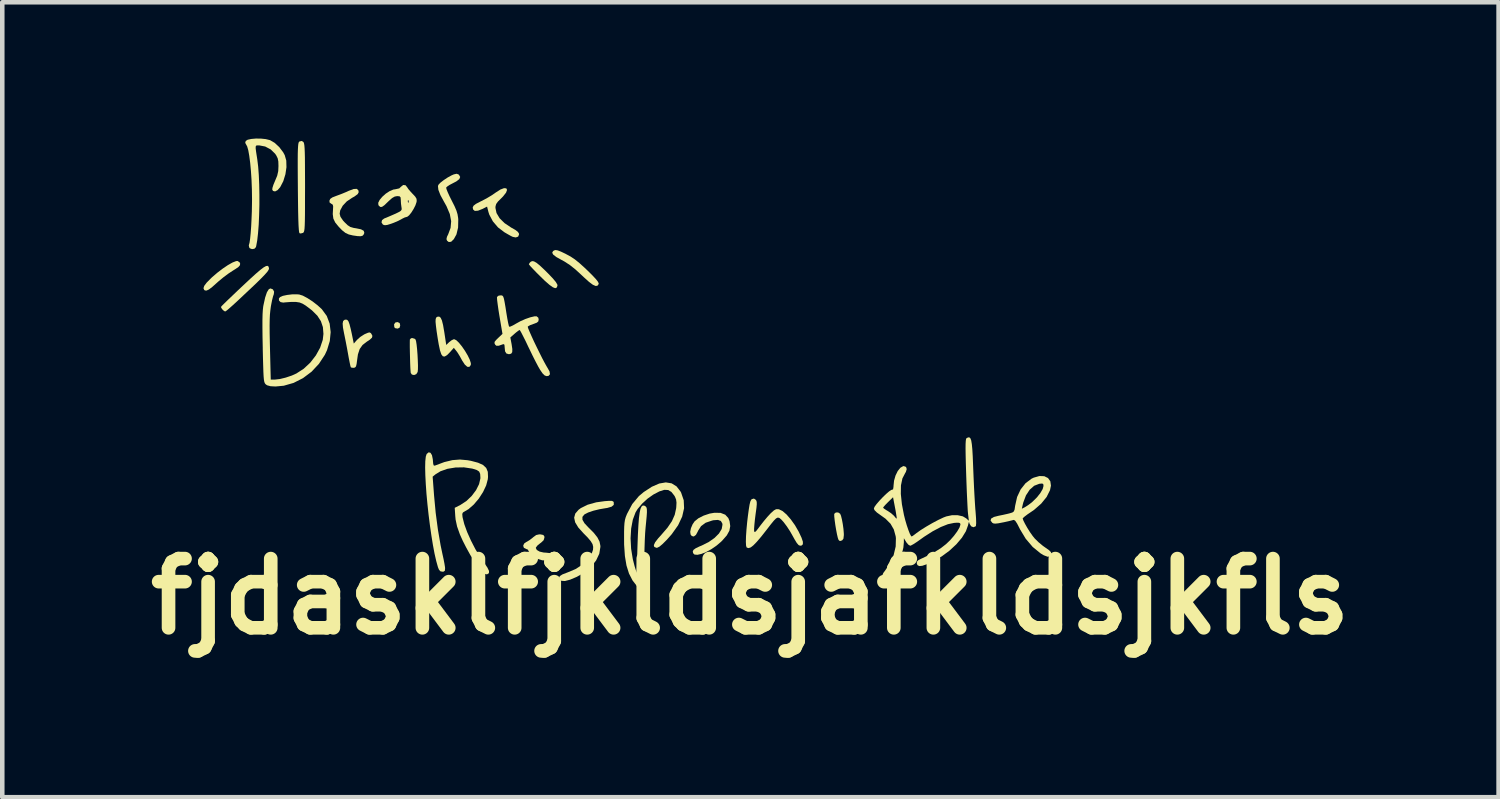
<source format=kicad_pcb>
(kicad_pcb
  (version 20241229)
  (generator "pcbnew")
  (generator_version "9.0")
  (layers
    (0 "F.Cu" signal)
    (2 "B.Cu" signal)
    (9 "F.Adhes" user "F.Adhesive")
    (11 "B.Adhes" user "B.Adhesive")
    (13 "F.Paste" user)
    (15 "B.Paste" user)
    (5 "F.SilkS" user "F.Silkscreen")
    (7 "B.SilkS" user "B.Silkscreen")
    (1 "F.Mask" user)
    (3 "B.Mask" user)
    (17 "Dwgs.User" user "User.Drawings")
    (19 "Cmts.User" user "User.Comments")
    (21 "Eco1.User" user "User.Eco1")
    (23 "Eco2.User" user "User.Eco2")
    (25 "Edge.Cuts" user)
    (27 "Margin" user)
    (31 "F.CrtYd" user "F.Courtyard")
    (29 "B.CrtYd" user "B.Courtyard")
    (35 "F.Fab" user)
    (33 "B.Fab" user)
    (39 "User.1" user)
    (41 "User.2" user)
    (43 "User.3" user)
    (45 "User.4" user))
  (footprint "fjdasklfjkldsjafkldsjkfls"
    (layer "F.Cu")
    (at 13.469 10.081)
    (property "Reference" "fjdasklfjkldsjafkldsjkfls" (at 0 0 0) (layer "F.SilkS") (effects (font (size 1.524 1.524) (thickness 0.3))))
    (attr board_only exclude_from_pos_files exclude_from_bom)
    (fp_poly (pts (xy -7.721 -6.019) (xy -7.709 -5.969) (xy -7.723 -5.917) (xy -7.766 -5.897) (xy -7.82 -5.907) (xy -7.839 -5.929) (xy -7.844 -5.992) (xy -7.814 -6.033) (xy -7.766 -6.041)) (stroke (width 0) (type solid)) (fill yes) (layer "F.SilkS"))
    (fp_poly (pts (xy -4.764 -7.377) (xy -4.709 -7.346) (xy -4.636 -7.287) (xy -4.538 -7.195) (xy -4.456 -7.114) (xy -4.35 -7.003) (xy -4.282 -6.921) (xy -4.25 -6.866) (xy -4.247 -6.845) (xy -4.263 -6.801) (xy -4.296 -6.787) (xy -4.348 -6.807) (xy -4.424 -6.861) (xy -4.527 -6.951) (xy -4.616 -7.038) (xy -4.709 -7.13) (xy -4.787 -7.211) (xy -4.845 -7.273) (xy -4.874 -7.309) (xy -4.877 -7.314) (xy -4.859 -7.345) (xy -4.838 -7.367) (xy -4.805 -7.383)) (stroke (width 0) (type solid)) (fill yes) (layer "F.SilkS"))
    (fp_poly (pts (xy 1.975 -1.822) (xy 1.994 -1.778) (xy 2.014 -1.698) (xy 2.033 -1.597) (xy 2.048 -1.49) (xy 2.056 -1.391) (xy 2.057 -1.353) (xy 2.048 -1.273) (xy 2.019 -1.235) (xy 2.017 -1.235) (xy 1.974 -1.221) (xy 1.952 -1.232) (xy 1.938 -1.251) (xy 1.924 -1.292) (xy 1.906 -1.369) (xy 1.887 -1.468) (xy 1.869 -1.575) (xy 1.855 -1.677) (xy 1.846 -1.761) (xy 1.845 -1.813) (xy 1.846 -1.82) (xy 1.88 -1.849) (xy 1.932 -1.85)) (stroke (width 0) (type solid)) (fill yes) (layer "F.SilkS"))
    (fp_poly (pts (xy -11.245 -7.357) (xy -11.232 -7.326) (xy -11.238 -7.291) (xy -11.27 -7.254) (xy -11.337 -7.208) (xy -11.39 -7.175) (xy -11.486 -7.112) (xy -11.599 -7.028) (xy -11.708 -6.938) (xy -11.745 -6.905) (xy -11.846 -6.815) (xy -11.919 -6.759) (xy -11.971 -6.735) (xy -12.007 -6.737) (xy -12.023 -6.748) (xy -12.04 -6.786) (xy -12.023 -6.838) (xy -11.97 -6.909) (xy -11.878 -7.002) (xy -11.85 -7.029) (xy -11.732 -7.13) (xy -11.612 -7.221) (xy -11.498 -7.298) (xy -11.399 -7.353) (xy -11.322 -7.383) (xy -11.29 -7.386)) (stroke (width 0) (type solid)) (fill yes) (layer "F.SilkS"))
    (fp_poly (pts (xy -7.391 -5.674) (xy -7.372 -5.658) (xy -7.36 -5.62) (xy -7.348 -5.544) (xy -7.337 -5.44) (xy -7.328 -5.322) (xy -7.322 -5.202) (xy -7.318 -5.09) (xy -7.319 -5) (xy -7.325 -4.943) (xy -7.325 -4.942) (xy -7.356 -4.894) (xy -7.404 -4.875) (xy -7.452 -4.886) (xy -7.477 -4.921) (xy -7.481 -4.959) (xy -7.486 -5.036) (xy -7.49 -5.139) (xy -7.493 -5.258) (xy -7.496 -5.381) (xy -7.498 -5.494) (xy -7.498 -5.588) (xy -7.497 -5.649) (xy -7.496 -5.658) (xy -7.472 -5.684) (xy -7.445 -5.69)) (stroke (width 0) (type solid)) (fill yes) (layer "F.SilkS"))
    (fp_poly (pts (xy -4.241 -7.619) (xy -4.171 -7.592) (xy -4.066 -7.542) (xy -4.063 -7.54) (xy -3.959 -7.484) (xy -3.863 -7.42) (xy -3.764 -7.34) (xy -3.648 -7.235) (xy -3.589 -7.179) (xy -3.479 -7.07) (xy -3.404 -6.99) (xy -3.359 -6.933) (xy -3.34 -6.895) (xy -3.341 -6.877) (xy -3.367 -6.841) (xy -3.408 -6.836) (xy -3.469 -6.863) (xy -3.552 -6.925) (xy -3.662 -7.024) (xy -3.709 -7.068) (xy -3.85 -7.198) (xy -3.973 -7.296) (xy -4.093 -7.374) (xy -4.154 -7.407) (xy -4.269 -7.471) (xy -4.339 -7.524) (xy -4.363 -7.567) (xy -4.345 -7.602) (xy -4.322 -7.618) (xy -4.288 -7.627)) (stroke (width 0) (type solid)) (fill yes) (layer "F.SilkS"))
    (fp_poly (pts (xy -10.608 -7.263) (xy -10.598 -7.228) (xy -10.597 -7.223) (xy -10.604 -7.195) (xy -10.632 -7.151) (xy -10.687 -7.088) (xy -10.77 -7.002) (xy -10.886 -6.888) (xy -10.978 -6.801) (xy -11.149 -6.64) (xy -11.286 -6.511) (xy -11.393 -6.413) (xy -11.472 -6.343) (xy -11.525 -6.298) (xy -11.556 -6.277) (xy -11.565 -6.274) (xy -11.592 -6.29) (xy -11.62 -6.315) (xy -11.649 -6.355) (xy -11.653 -6.376) (xy -11.634 -6.399) (xy -11.582 -6.451) (xy -11.503 -6.528) (xy -11.401 -6.625) (xy -11.283 -6.738) (xy -11.169 -6.845) (xy -11.011 -6.993) (xy -10.885 -7.107) (xy -10.788 -7.19) (xy -10.715 -7.245) (xy -10.663 -7.274) (xy -10.629 -7.279)) (stroke (width 0) (type solid)) (fill yes) (layer "F.SilkS"))
    (fp_poly (pts (xy -4.62 -1.367) (xy -4.56 -1.355) (xy -4.537 -1.327) (xy -4.534 -1.296) (xy -4.552 -1.239) (xy -4.61 -1.184) (xy -4.629 -1.171) (xy -4.687 -1.124) (xy -4.721 -1.08) (xy -4.724 -1.067) (xy -4.701 -1.023) (xy -4.639 -0.988) (xy -4.551 -0.968) (xy -4.501 -0.965) (xy -4.408 -0.955) (xy -4.359 -0.925) (xy -4.346 -0.872) (xy -4.348 -0.861) (xy -4.359 -0.824) (xy -4.388 -0.805) (xy -4.449 -0.796) (xy -4.483 -0.794) (xy -4.582 -0.797) (xy -4.672 -0.825) (xy -4.737 -0.857) (xy -4.827 -0.917) (xy -4.869 -0.972) (xy -4.872 -0.983) (xy -4.901 -1.033) (xy -4.936 -1.046) (xy -4.986 -1.071) (xy -5.002 -1.117) (xy -4.981 -1.166) (xy -4.936 -1.198) (xy -4.87 -1.236) (xy -4.798 -1.29) (xy -4.785 -1.302) (xy -4.716 -1.353) (xy -4.649 -1.368)) (stroke (width 0) (type solid)) (fill yes) (layer "F.SilkS"))
    (fp_poly (pts (xy -8.872 -6.087) (xy -8.847 -6.054) (xy -8.824 -5.99) (xy -8.798 -5.888) (xy -8.776 -5.788) (xy -8.731 -5.568) (xy -8.659 -5.65) (xy -8.588 -5.714) (xy -8.501 -5.77) (xy -8.482 -5.779) (xy -8.416 -5.807) (xy -8.38 -5.813) (xy -8.356 -5.798) (xy -8.343 -5.781) (xy -8.321 -5.737) (xy -8.331 -5.697) (xy -8.378 -5.653) (xy -8.445 -5.609) (xy -8.538 -5.537) (xy -8.601 -5.448) (xy -8.64 -5.329) (xy -8.657 -5.21) (xy -8.669 -5.119) (xy -8.682 -5.066) (xy -8.703 -5.042) (xy -8.729 -5.034) (xy -8.778 -5.037) (xy -8.797 -5.048) (xy -8.807 -5.081) (xy -8.822 -5.152) (xy -8.841 -5.249) (xy -8.852 -5.31) (xy -8.878 -5.454) (xy -8.909 -5.616) (xy -8.939 -5.764) (xy -8.944 -5.787) (xy -8.969 -5.919) (xy -8.976 -6.009) (xy -8.965 -6.065) (xy -8.934 -6.091) (xy -8.9 -6.096)) (stroke (width 0) (type solid)) (fill yes) (layer "F.SilkS"))
    (fp_poly (pts (xy -6.426 -9.291) (xy -6.415 -9.282) (xy -6.389 -9.235) (xy -6.408 -9.188) (xy -6.473 -9.138) (xy -6.546 -9.1) (xy -6.622 -9.06) (xy -6.677 -9.023) (xy -6.697 -9.003) (xy -6.691 -8.969) (xy -6.664 -8.901) (xy -6.622 -8.809) (xy -6.575 -8.715) (xy -6.512 -8.59) (xy -6.471 -8.494) (xy -6.447 -8.414) (xy -6.434 -8.334) (xy -6.431 -8.299) (xy -6.435 -8.121) (xy -6.471 -7.971) (xy -6.53 -7.865) (xy -6.588 -7.809) (xy -6.64 -7.803) (xy -6.678 -7.833) (xy -6.691 -7.868) (xy -6.679 -7.92) (xy -6.653 -7.973) (xy -6.6 -8.115) (xy -6.587 -8.262) (xy -6.617 -8.419) (xy -6.69 -8.592) (xy -6.743 -8.687) (xy -6.824 -8.836) (xy -6.869 -8.952) (xy -6.878 -9.034) (xy -6.868 -9.063) (xy -6.826 -9.108) (xy -6.754 -9.164) (xy -6.667 -9.222) (xy -6.582 -9.269) (xy -6.53 -9.292) (xy -6.467 -9.306)) (stroke (width 0) (type solid)) (fill yes) (layer "F.SilkS"))
    (fp_poly (pts (xy -9.845 -10.009) (xy -9.834 -9.996) (xy -9.826 -9.972) (xy -9.819 -9.931) (xy -9.814 -9.871) (xy -9.81 -9.784) (xy -9.807 -9.668) (xy -9.806 -9.517) (xy -9.805 -9.326) (xy -9.804 -9.091) (xy -9.804 -9.002) (xy -9.805 -8.753) (xy -9.805 -8.551) (xy -9.806 -8.389) (xy -9.808 -8.264) (xy -9.811 -8.17) (xy -9.815 -8.103) (xy -9.821 -8.057) (xy -9.829 -8.029) (xy -9.838 -8.013) (xy -9.85 -8.004) (xy -9.85 -8.004) (xy -9.901 -7.991) (xy -9.925 -7.997) (xy -9.934 -8.019) (xy -9.941 -8.076) (xy -9.947 -8.169) (xy -9.952 -8.303) (xy -9.956 -8.479) (xy -9.959 -8.701) (xy -9.962 -8.97) (xy -9.962 -9.002) (xy -9.964 -9.254) (xy -9.965 -9.459) (xy -9.965 -9.623) (xy -9.964 -9.751) (xy -9.961 -9.847) (xy -9.957 -9.916) (xy -9.952 -9.962) (xy -9.945 -9.992) (xy -9.936 -10.009) (xy -9.927 -10.016) (xy -9.877 -10.028)) (stroke (width 0) (type solid)) (fill yes) (layer "F.SilkS"))
    (fp_poly (pts (xy -6.819 -6.137) (xy -6.791 -6.077) (xy -6.766 -5.978) (xy -6.741 -5.833) (xy -6.739 -5.822) (xy -6.696 -5.537) (xy -6.63 -5.601) (xy -6.574 -5.643) (xy -6.527 -5.664) (xy -6.522 -5.664) (xy -6.476 -5.643) (xy -6.416 -5.586) (xy -6.349 -5.503) (xy -6.283 -5.407) (xy -6.223 -5.306) (xy -6.178 -5.213) (xy -6.154 -5.137) (xy -6.155 -5.096) (xy -6.188 -5.054) (xy -6.233 -5.057) (xy -6.286 -5.104) (xy -6.343 -5.19) (xy -6.349 -5.201) (xy -6.397 -5.289) (xy -6.446 -5.368) (xy -6.477 -5.41) (xy -6.529 -5.474) (xy -6.614 -5.378) (xy -6.677 -5.314) (xy -6.729 -5.283) (xy -6.77 -5.287) (xy -6.804 -5.331) (xy -6.833 -5.417) (xy -6.861 -5.549) (xy -6.883 -5.679) (xy -6.908 -5.843) (xy -6.923 -5.963) (xy -6.931 -6.047) (xy -6.929 -6.102) (xy -6.92 -6.135) (xy -6.902 -6.153) (xy -6.892 -6.158) (xy -6.851 -6.162)) (stroke (width 0) (type solid)) (fill yes) (layer "F.SilkS"))
    (fp_poly (pts (xy -5.374 -8.985) (xy -5.357 -8.951) (xy -5.379 -8.891) (xy -5.444 -8.808) (xy -5.486 -8.765) (xy -5.557 -8.695) (xy -5.596 -8.641) (xy -5.611 -8.59) (xy -5.613 -8.555) (xy -5.589 -8.441) (xy -5.521 -8.327) (xy -5.413 -8.22) (xy -5.272 -8.125) (xy -5.269 -8.123) (xy -5.175 -8.07) (xy -5.12 -8.028) (xy -5.096 -7.992) (xy -5.093 -7.97) (xy -5.113 -7.922) (xy -5.166 -7.904) (xy -5.232 -7.917) (xy -5.273 -7.937) (xy -5.341 -7.975) (xy -5.415 -8.018) (xy -5.556 -8.125) (xy -5.67 -8.259) (xy -5.748 -8.406) (xy -5.767 -8.465) (xy -5.797 -8.583) (xy -5.895 -8.533) (xy -5.996 -8.493) (xy -6.067 -8.488) (xy -6.105 -8.52) (xy -6.105 -8.522) (xy -6.113 -8.565) (xy -6.094 -8.603) (xy -6.042 -8.643) (xy -5.95 -8.691) (xy -5.922 -8.705) (xy -5.81 -8.763) (xy -5.694 -8.832) (xy -5.612 -8.889) (xy -5.505 -8.958) (xy -5.424 -8.989)) (stroke (width 0) (type solid)) (fill yes) (layer "F.SilkS"))
    (fp_poly (pts (xy -8.63 -8.941) (xy -8.623 -8.9) (xy -8.646 -8.857) (xy -8.715 -8.806) (xy -8.767 -8.777) (xy -8.885 -8.698) (xy -8.975 -8.602) (xy -9.03 -8.5) (xy -9.042 -8.426) (xy -9.024 -8.358) (xy -8.968 -8.276) (xy -8.934 -8.239) (xy -8.866 -8.173) (xy -8.807 -8.135) (xy -8.735 -8.114) (xy -8.678 -8.105) (xy -8.572 -8.083) (xy -8.513 -8.051) (xy -8.499 -8.006) (xy -8.512 -7.971) (xy -8.536 -7.943) (xy -8.576 -7.931) (xy -8.645 -7.933) (xy -8.75 -7.948) (xy -8.842 -7.97) (xy -8.915 -8.004) (xy -8.987 -8.061) (xy -9.062 -8.138) (xy -9.139 -8.232) (xy -9.181 -8.319) (xy -9.194 -8.418) (xy -9.189 -8.508) (xy -9.185 -8.584) (xy -9.193 -8.624) (xy -9.218 -8.642) (xy -9.226 -8.645) (xy -9.264 -8.674) (xy -9.267 -8.714) (xy -9.249 -8.753) (xy -9.201 -8.786) (xy -9.119 -8.818) (xy -9.011 -8.858) (xy -8.894 -8.906) (xy -8.84 -8.931) (xy -8.736 -8.97) (xy -8.666 -8.974)) (stroke (width 0) (type solid)) (fill yes) (layer "F.SilkS"))
    (fp_poly (pts (xy -0.657 -1.841) (xy -0.554 -1.801) (xy -0.486 -1.726) (xy -0.459 -1.658) (xy -0.444 -1.55) (xy -0.463 -1.448) (xy -0.52 -1.345) (xy -0.619 -1.232) (xy -0.647 -1.204) (xy -0.75 -1.117) (xy -0.861 -1.041) (xy -0.973 -0.98) (xy -1.077 -0.938) (xy -1.166 -0.918) (xy -1.23 -0.923) (xy -1.26 -0.952) (xy -1.269 -0.992) (xy -1.253 -1.026) (xy -1.206 -1.061) (xy -1.121 -1.102) (xy -1.074 -1.121) (xy -0.918 -1.199) (xy -0.789 -1.29) (xy -0.692 -1.387) (xy -0.632 -1.486) (xy -0.615 -1.58) (xy -0.619 -1.609) (xy -0.651 -1.663) (xy -0.714 -1.686) (xy -0.814 -1.679) (xy -0.843 -1.672) (xy -0.985 -1.624) (xy -1.086 -1.55) (xy -1.152 -1.447) (xy -1.157 -1.434) (xy -1.199 -1.356) (xy -1.246 -1.321) (xy -1.29 -1.331) (xy -1.317 -1.365) (xy -1.325 -1.424) (xy -1.309 -1.504) (xy -1.273 -1.589) (xy -1.228 -1.655) (xy -1.145 -1.722) (xy -1.029 -1.781) (xy -0.898 -1.825) (xy -0.794 -1.843)) (stroke (width 0) (type solid)) (fill yes) (layer "F.SilkS"))
    (fp_poly (pts (xy -3.052 -2.105) (xy -3.021 -2.093) (xy -3.008 -2.073) (xy -3.008 -2.018) (xy -3.056 -1.977) (xy -3.153 -1.949) (xy -3.182 -1.945) (xy -3.323 -1.921) (xy -3.458 -1.888) (xy -3.572 -1.849) (xy -3.65 -1.809) (xy -3.655 -1.805) (xy -3.698 -1.753) (xy -3.697 -1.689) (xy -3.652 -1.612) (xy -3.566 -1.52) (xy -3.447 -1.401) (xy -3.368 -1.3) (xy -3.321 -1.208) (xy -3.303 -1.118) (xy -3.302 -1.093) (xy -3.327 -0.941) (xy -3.397 -0.793) (xy -3.508 -0.653) (xy -3.654 -0.529) (xy -3.821 -0.433) (xy -3.97 -0.37) (xy -4.083 -0.341) (xy -4.159 -0.345) (xy -4.189 -0.366) (xy -4.212 -0.41) (xy -4.196 -0.449) (xy -4.139 -0.486) (xy -4.036 -0.526) (xy -4.025 -0.53) (xy -3.849 -0.604) (xy -3.698 -0.701) (xy -3.578 -0.813) (xy -3.497 -0.935) (xy -3.465 -1.029) (xy -3.461 -1.092) (xy -3.475 -1.152) (xy -3.514 -1.217) (xy -3.582 -1.298) (xy -3.672 -1.389) (xy -3.789 -1.519) (xy -3.858 -1.633) (xy -3.88 -1.735) (xy -3.855 -1.826) (xy -3.783 -1.909) (xy -3.733 -1.946) (xy -3.584 -2.02) (xy -3.395 -2.073) (xy -3.207 -2.099) (xy -3.11 -2.106)) (stroke (width 0) (type solid)) (fill yes) (layer "F.SilkS"))
    (fp_poly (pts (xy 0.114 -2.132) (xy 0.131 -2.11) (xy 0.139 -2.079) (xy 0.14 -2.03) (xy 0.133 -1.951) (xy 0.117 -1.834) (xy 0.113 -1.805) (xy 0.098 -1.684) (xy 0.087 -1.574) (xy 0.081 -1.491) (xy 0.081 -1.452) (xy 0.087 -1.424) (xy 0.101 -1.419) (xy 0.128 -1.443) (xy 0.174 -1.501) (xy 0.22 -1.563) (xy 0.296 -1.66) (xy 0.375 -1.754) (xy 0.443 -1.828) (xy 0.453 -1.838) (xy 0.517 -1.895) (xy 0.564 -1.921) (xy 0.611 -1.922) (xy 0.63 -1.919) (xy 0.706 -1.882) (xy 0.795 -1.806) (xy 0.888 -1.699) (xy 0.981 -1.569) (xy 1.064 -1.425) (xy 1.066 -1.42) (xy 1.125 -1.295) (xy 1.155 -1.206) (xy 1.155 -1.15) (xy 1.127 -1.122) (xy 1.094 -1.118) (xy 1.061 -1.132) (xy 1.021 -1.178) (xy 0.97 -1.262) (xy 0.937 -1.322) (xy 0.874 -1.433) (xy 0.803 -1.542) (xy 0.737 -1.63) (xy 0.724 -1.646) (xy 0.676 -1.698) (xy 0.638 -1.729) (xy 0.604 -1.738) (xy 0.565 -1.719) (xy 0.516 -1.67) (xy 0.449 -1.588) (xy 0.361 -1.474) (xy 0.239 -1.319) (xy 0.141 -1.204) (xy 0.064 -1.125) (xy 0.005 -1.08) (xy -0.042 -1.065) (xy -0.078 -1.077) (xy -0.085 -1.084) (xy -0.096 -1.122) (xy -0.1 -1.204) (xy -0.097 -1.323) (xy -0.087 -1.47) (xy -0.071 -1.64) (xy -0.055 -1.775) (xy -0.035 -1.922) (xy -0.018 -2.025) (xy -0.001 -2.093) (xy 0.018 -2.131) (xy 0.031 -2.143) (xy 0.077 -2.156)) (stroke (width 0) (type solid)) (fill yes) (layer "F.SilkS"))
    (fp_poly (pts (xy -7.591 -9.053) (xy -7.553 -9.005) (xy -7.528 -8.967) (xy -7.478 -8.909) (xy -7.437 -8.865) (xy -7.378 -8.802) (xy -7.35 -8.755) (xy -7.346 -8.709) (xy -7.35 -8.682) (xy -7.374 -8.611) (xy -7.415 -8.53) (xy -7.464 -8.452) (xy -7.513 -8.391) (xy -7.554 -8.359) (xy -7.562 -8.357) (xy -7.609 -8.344) (xy -7.672 -8.313) (xy -7.684 -8.305) (xy -7.757 -8.267) (xy -7.851 -8.227) (xy -7.908 -8.206) (xy -7.992 -8.18) (xy -8.046 -8.173) (xy -8.083 -8.184) (xy -8.092 -8.19) (xy -8.121 -8.236) (xy -8.109 -8.285) (xy -8.061 -8.322) (xy -8.059 -8.322) (xy -8.014 -8.34) (xy -7.939 -8.372) (xy -7.849 -8.411) (xy -7.84 -8.415) (xy -7.752 -8.456) (xy -7.701 -8.486) (xy -7.679 -8.512) (xy -7.677 -8.545) (xy -7.681 -8.568) (xy -7.692 -8.649) (xy -7.695 -8.702) (xy -7.542 -8.702) (xy -7.537 -8.669) (xy -7.528 -8.668) (xy -7.522 -8.702) (xy -7.526 -8.717) (xy -7.538 -8.727) (xy -7.542 -8.702) (xy -7.695 -8.702) (xy -7.696 -8.728) (xy -7.701 -8.786) (xy -7.724 -8.81) (xy -7.776 -8.814) (xy -7.83 -8.804) (xy -7.888 -8.771) (xy -7.96 -8.707) (xy -7.982 -8.686) (xy -8.058 -8.613) (xy -8.11 -8.577) (xy -8.148 -8.575) (xy -8.18 -8.604) (xy -8.189 -8.617) (xy -8.193 -8.667) (xy -8.161 -8.731) (xy -8.102 -8.801) (xy -8.027 -8.868) (xy -7.943 -8.923) (xy -7.861 -8.958) (xy -7.81 -8.966) (xy -7.73 -8.984) (xy -7.691 -9.021) (xy -7.643 -9.059)) (stroke (width 0) (type solid)) (fill yes) (layer "F.SilkS"))
    (fp_poly (pts (xy -10.776 -10.08) (xy -10.669 -10.069) (xy -10.58 -10.047) (xy -10.573 -10.045) (xy -10.472 -9.986) (xy -10.371 -9.892) (xy -10.285 -9.778) (xy -10.251 -9.715) (xy -10.217 -9.596) (xy -10.213 -9.451) (xy -10.236 -9.295) (xy -10.283 -9.142) (xy -10.351 -9.011) (xy -10.408 -8.946) (xy -10.463 -8.917) (xy -10.507 -8.927) (xy -10.525 -8.953) (xy -10.522 -8.994) (xy -10.5 -9.064) (xy -10.464 -9.15) (xy -10.464 -9.15) (xy -10.417 -9.263) (xy -10.394 -9.365) (xy -10.389 -9.477) (xy -10.392 -9.576) (xy -10.406 -9.646) (xy -10.436 -9.707) (xy -10.462 -9.746) (xy -10.559 -9.841) (xy -10.682 -9.906) (xy -10.814 -9.931) (xy -10.821 -9.931) (xy -10.856 -9.931) (xy -10.879 -9.926) (xy -10.89 -9.906) (xy -10.891 -9.865) (xy -10.882 -9.794) (xy -10.865 -9.684) (xy -10.855 -9.62) (xy -10.836 -9.465) (xy -10.822 -9.279) (xy -10.813 -9.07) (xy -10.809 -8.847) (xy -10.809 -8.619) (xy -10.815 -8.396) (xy -10.824 -8.185) (xy -10.839 -7.995) (xy -10.857 -7.836) (xy -10.879 -7.716) (xy -10.886 -7.69) (xy -10.919 -7.655) (xy -10.971 -7.647) (xy -11.019 -7.665) (xy -11.034 -7.686) (xy -11.042 -7.73) (xy -11.038 -7.744) (xy -11.026 -7.788) (xy -11.013 -7.875) (xy -11.001 -7.996) (xy -10.99 -8.143) (xy -10.982 -8.307) (xy -10.975 -8.48) (xy -10.972 -8.654) (xy -10.971 -8.745) (xy -10.974 -8.959) (xy -10.982 -9.169) (xy -10.995 -9.367) (xy -11.012 -9.547) (xy -11.032 -9.702) (xy -11.054 -9.825) (xy -11.078 -9.908) (xy -11.095 -9.939) (xy -11.121 -9.987) (xy -11.109 -10.028) (xy -11.067 -10.055) (xy -10.988 -10.072) (xy -10.887 -10.081)) (stroke (width 0) (type solid)) (fill yes) (layer "F.SilkS"))
    (fp_poly (pts (xy 6.469 -2.648) (xy 6.551 -2.608) (xy 6.602 -2.537) (xy 6.616 -2.44) (xy 6.595 -2.34) (xy 6.52 -2.19) (xy 6.401 -2.044) (xy 6.247 -1.909) (xy 6.182 -1.864) (xy 6.098 -1.807) (xy 6.034 -1.758) (xy 5.998 -1.726) (xy 5.994 -1.719) (xy 6.008 -1.674) (xy 6.045 -1.6) (xy 6.096 -1.51) (xy 6.155 -1.416) (xy 6.215 -1.331) (xy 6.258 -1.278) (xy 6.341 -1.196) (xy 6.44 -1.114) (xy 6.497 -1.074) (xy 6.575 -1.019) (xy 6.615 -0.977) (xy 6.625 -0.938) (xy 6.625 -0.932) (xy 6.599 -0.883) (xy 6.544 -0.875) (xy 6.459 -0.907) (xy 6.388 -0.949) (xy 6.214 -1.091) (xy 6.06 -1.272) (xy 5.934 -1.481) (xy 5.925 -1.5) (xy 5.872 -1.603) (xy 5.832 -1.664) (xy 5.802 -1.686) (xy 5.791 -1.685) (xy 5.749 -1.674) (xy 5.672 -1.655) (xy 5.576 -1.634) (xy 5.559 -1.631) (xy 5.456 -1.611) (xy 5.39 -1.604) (xy 5.349 -1.609) (xy 5.324 -1.623) (xy 5.287 -1.672) (xy 5.299 -1.715) (xy 5.36 -1.751) (xy 5.462 -1.777) (xy 5.565 -1.798) (xy 5.667 -1.821) (xy 5.706 -1.831) (xy 5.766 -1.849) (xy 5.799 -1.873) (xy 5.816 -1.916) (xy 5.818 -1.932) (xy 5.975 -1.932) (xy 6.048 -1.97) (xy 6.112 -2.01) (xy 6.188 -2.067) (xy 6.214 -2.09) (xy 6.307 -2.182) (xy 6.383 -2.278) (xy 6.434 -2.366) (xy 6.452 -2.433) (xy 6.447 -2.473) (xy 6.424 -2.487) (xy 6.366 -2.482) (xy 6.359 -2.481) (xy 6.247 -2.438) (xy 6.148 -2.351) (xy 6.066 -2.226) (xy 6.007 -2.07) (xy 5.996 -2.027) (xy 5.975 -1.932) (xy 5.818 -1.932) (xy 5.827 -1.993) (xy 5.829 -2.003) (xy 5.871 -2.191) (xy 5.949 -2.357) (xy 6.057 -2.494) (xy 6.19 -2.594) (xy 6.236 -2.616) (xy 6.362 -2.652)) (stroke (width 0) (type solid)) (fill yes) (layer "F.SilkS"))
    (fp_poly (pts (xy -5.476 -6.628) (xy -5.456 -6.62) (xy -5.44 -6.598) (xy -5.426 -6.555) (xy -5.411 -6.482) (xy -5.392 -6.373) (xy -5.371 -6.236) (xy -5.352 -6.122) (xy -5.334 -6.027) (xy -5.319 -5.962) (xy -5.311 -5.939) (xy -5.284 -5.942) (xy -5.227 -5.968) (xy -5.163 -6.005) (xy -5.063 -6.06) (xy -4.952 -6.109) (xy -4.845 -6.146) (xy -4.755 -6.167) (xy -4.706 -6.168) (xy -4.669 -6.137) (xy -4.661 -6.097) (xy -4.669 -6.056) (xy -4.702 -6.028) (xy -4.771 -6.001) (xy -4.782 -5.998) (xy -4.851 -5.972) (xy -4.895 -5.947) (xy -4.902 -5.937) (xy -4.891 -5.9) (xy -4.861 -5.828) (xy -4.817 -5.729) (xy -4.763 -5.611) (xy -4.702 -5.485) (xy -4.64 -5.359) (xy -4.581 -5.241) (xy -4.529 -5.143) (xy -4.489 -5.071) (xy -4.475 -5.048) (xy -4.423 -4.957) (xy -4.412 -4.893) (xy -4.442 -4.858) (xy -4.484 -4.851) (xy -4.528 -4.865) (xy -4.576 -4.912) (xy -4.628 -4.988) (xy -4.67 -5.06) (xy -4.726 -5.166) (xy -4.791 -5.294) (xy -4.858 -5.433) (xy -4.889 -5.496) (xy -4.948 -5.621) (xy -5.002 -5.728) (xy -5.044 -5.81) (xy -5.072 -5.858) (xy -5.08 -5.867) (xy -5.107 -5.852) (xy -5.158 -5.813) (xy -5.191 -5.785) (xy -5.285 -5.702) (xy -5.257 -5.554) (xy -5.241 -5.447) (xy -5.243 -5.38) (xy -5.267 -5.345) (xy -5.313 -5.334) (xy -5.318 -5.334) (xy -5.371 -5.349) (xy -5.401 -5.397) (xy -5.41 -5.487) (xy -5.41 -5.491) (xy -5.415 -5.543) (xy -5.436 -5.556) (xy -5.455 -5.55) (xy -5.538 -5.521) (xy -5.589 -5.519) (xy -5.616 -5.54) (xy -5.634 -5.576) (xy -5.63 -5.607) (xy -5.599 -5.646) (xy -5.549 -5.695) (xy -5.458 -5.781) (xy -5.524 -6.171) (xy -5.546 -6.308) (xy -5.563 -6.428) (xy -5.575 -6.522) (xy -5.579 -6.581) (xy -5.577 -6.595) (xy -5.545 -6.622) (xy -5.503 -6.629)) (stroke (width 0) (type solid)) (fill yes) (layer "F.SilkS"))
    (fp_poly (pts (xy -10.512 -6.761) (xy -10.485 -6.711) (xy -10.492 -6.651) (xy -10.495 -6.646) (xy -10.51 -6.601) (xy -10.53 -6.521) (xy -10.55 -6.419) (xy -10.557 -6.38) (xy -10.568 -6.297) (xy -10.577 -6.206) (xy -10.582 -6.097) (xy -10.584 -5.964) (xy -10.583 -5.799) (xy -10.579 -5.594) (xy -10.576 -5.467) (xy -10.559 -4.775) (xy -10.466 -4.775) (xy -10.36 -4.787) (xy -10.229 -4.819) (xy -10.095 -4.864) (xy -9.995 -4.909) (xy -9.834 -5.013) (xy -9.688 -5.149) (xy -9.566 -5.307) (xy -9.472 -5.477) (xy -9.414 -5.649) (xy -9.399 -5.78) (xy -9.411 -5.93) (xy -9.455 -6.061) (xy -9.534 -6.182) (xy -9.654 -6.301) (xy -9.788 -6.403) (xy -9.856 -6.445) (xy -9.923 -6.472) (xy -10.001 -6.484) (xy -10.103 -6.485) (xy -10.239 -6.475) (xy -10.284 -6.47) (xy -10.343 -6.481) (xy -10.378 -6.516) (xy -10.379 -6.561) (xy -10.354 -6.591) (xy -10.293 -6.618) (xy -10.199 -6.638) (xy -10.09 -6.651) (xy -9.982 -6.652) (xy -9.932 -6.648) (xy -9.853 -6.623) (xy -9.752 -6.569) (xy -9.639 -6.496) (xy -9.529 -6.411) (xy -9.432 -6.322) (xy -9.431 -6.32) (xy -9.326 -6.176) (xy -9.262 -6.007) (xy -9.24 -5.821) (xy -9.259 -5.624) (xy -9.32 -5.423) (xy -9.367 -5.322) (xy -9.498 -5.122) (xy -9.661 -4.948) (xy -9.849 -4.807) (xy -10.056 -4.702) (xy -10.272 -4.64) (xy -10.453 -4.623) (xy -10.564 -4.629) (xy -10.637 -4.649) (xy -10.665 -4.667) (xy -10.68 -4.682) (xy -10.692 -4.701) (xy -10.702 -4.731) (xy -10.71 -4.777) (xy -10.716 -4.845) (xy -10.721 -4.941) (xy -10.725 -5.069) (xy -10.73 -5.236) (xy -10.735 -5.448) (xy -10.735 -5.475) (xy -10.74 -5.72) (xy -10.742 -5.921) (xy -10.742 -6.083) (xy -10.739 -6.211) (xy -10.733 -6.311) (xy -10.724 -6.389) (xy -10.719 -6.414) (xy -10.682 -6.582) (xy -10.643 -6.698) (xy -10.601 -6.765) (xy -10.565 -6.782)) (stroke (width 0) (type solid)) (fill yes) (layer "F.SilkS"))
    (fp_poly (pts (xy -1.734 -2.491) (xy -1.626 -2.424) (xy -1.539 -2.312) (xy -1.525 -2.286) (xy -1.468 -2.119) (xy -1.46 -1.943) (xy -1.502 -1.759) (xy -1.592 -1.568) (xy -1.732 -1.371) (xy -1.838 -1.251) (xy -1.934 -1.155) (xy -2.003 -1.097) (xy -2.052 -1.073) (xy -2.068 -1.072) (xy -2.116 -1.091) (xy -2.126 -1.13) (xy -2.098 -1.193) (xy -2.03 -1.281) (xy -1.964 -1.354) (xy -1.826 -1.514) (xy -1.728 -1.658) (xy -1.666 -1.798) (xy -1.635 -1.94) (xy -1.632 -1.969) (xy -1.627 -2.067) (xy -1.636 -2.135) (xy -1.66 -2.195) (xy -1.676 -2.222) (xy -1.739 -2.302) (xy -1.81 -2.344) (xy -1.896 -2.348) (xy -2.003 -2.314) (xy -2.135 -2.245) (xy -2.263 -2.155) (xy -2.384 -2.044) (xy -2.483 -1.926) (xy -2.527 -1.855) (xy -2.588 -1.693) (xy -2.625 -1.497) (xy -2.638 -1.28) (xy -2.626 -1.051) (xy -2.589 -0.822) (xy -2.548 -0.663) (xy -2.503 -0.521) (xy -2.486 -1.105) (xy -2.477 -1.357) (xy -2.466 -1.562) (xy -2.454 -1.723) (xy -2.438 -1.845) (xy -2.42 -1.929) (xy -2.396 -1.981) (xy -2.369 -2.003) (xy -2.335 -2) (xy -2.317 -1.99) (xy -2.298 -1.975) (xy -2.285 -1.952) (xy -2.279 -1.914) (xy -2.278 -1.854) (xy -2.284 -1.763) (xy -2.296 -1.635) (xy -2.307 -1.524) (xy -2.317 -1.402) (xy -2.325 -1.244) (xy -2.331 -1.064) (xy -2.335 -0.877) (xy -2.337 -0.723) (xy -2.338 -0.527) (xy -2.341 -0.379) (xy -2.347 -0.275) (xy -2.356 -0.21) (xy -2.367 -0.183) (xy -2.399 -0.158) (xy -2.429 -0.161) (xy -2.47 -0.198) (xy -2.493 -0.222) (xy -2.595 -0.354) (xy -2.673 -0.506) (xy -2.728 -0.682) (xy -2.763 -0.891) (xy -2.78 -1.139) (xy -2.781 -1.27) (xy -2.781 -1.423) (xy -2.778 -1.535) (xy -2.772 -1.619) (xy -2.762 -1.685) (xy -2.746 -1.743) (xy -2.722 -1.804) (xy -2.714 -1.822) (xy -2.601 -2.035) (xy -2.455 -2.21) (xy -2.349 -2.299) (xy -2.17 -2.416) (xy -2.007 -2.487) (xy -1.862 -2.512)) (stroke (width 0) (type solid)) (fill yes) (layer "F.SilkS"))
    (fp_poly (pts (xy -7.042 -3.163) (xy -7.01 -3.111) (xy -6.992 -3.022) (xy -6.99 -2.999) (xy -6.983 -2.922) (xy -6.972 -2.886) (xy -6.951 -2.88) (xy -6.939 -2.884) (xy -6.738 -2.959) (xy -6.561 -3.002) (xy -6.394 -3.015) (xy -6.224 -3) (xy -6.15 -2.986) (xy -5.995 -2.945) (xy -5.885 -2.895) (xy -5.816 -2.83) (xy -5.781 -2.745) (xy -5.776 -2.634) (xy -5.781 -2.58) (xy -5.817 -2.445) (xy -5.886 -2.299) (xy -5.979 -2.155) (xy -6.088 -2.026) (xy -6.204 -1.924) (xy -6.287 -1.875) (xy -6.328 -1.85) (xy -6.343 -1.817) (xy -6.338 -1.755) (xy -6.336 -1.742) (xy -6.299 -1.594) (xy -6.236 -1.42) (xy -6.152 -1.232) (xy -6.055 -1.043) (xy -5.948 -0.866) (xy -5.861 -0.741) (xy -5.789 -0.636) (xy -5.754 -0.562) (xy -5.756 -0.514) (xy -5.793 -0.49) (xy -5.807 -0.488) (xy -5.866 -0.504) (xy -5.937 -0.568) (xy -5.939 -0.57) (xy -6.006 -0.657) (xy -6.086 -0.779) (xy -6.171 -0.923) (xy -6.256 -1.077) (xy -6.333 -1.228) (xy -6.394 -1.364) (xy -6.396 -1.369) (xy -6.457 -1.541) (xy -6.49 -1.695) (xy -6.497 -1.77) (xy -6.509 -1.952) (xy -6.385 -2.015) (xy -6.253 -2.101) (xy -6.135 -2.214) (xy -6.039 -2.342) (xy -5.973 -2.474) (xy -5.944 -2.6) (xy -5.944 -2.618) (xy -5.949 -2.699) (xy -5.971 -2.75) (xy -6.022 -2.784) (xy -6.11 -2.812) (xy -6.126 -2.816) (xy -6.306 -2.843) (xy -6.491 -2.84) (xy -6.668 -2.811) (xy -6.823 -2.757) (xy -6.933 -2.689) (xy -6.995 -2.638) (xy -6.964 -2.225) (xy -6.928 -1.841) (xy -6.879 -1.471) (xy -6.82 -1.129) (xy -6.78 -0.938) (xy -6.755 -0.825) (xy -6.735 -0.722) (xy -6.723 -0.646) (xy -6.721 -0.622) (xy -6.726 -0.568) (xy -6.753 -0.548) (xy -6.782 -0.546) (xy -6.827 -0.556) (xy -6.858 -0.595) (xy -6.878 -0.645) (xy -6.916 -0.781) (xy -6.954 -0.947) (xy -6.99 -1.14) (xy -7.024 -1.351) (xy -7.056 -1.575) (xy -7.085 -1.805) (xy -7.11 -2.036) (xy -7.131 -2.261) (xy -7.146 -2.474) (xy -7.156 -2.669) (xy -7.16 -2.838) (xy -7.157 -2.977) (xy -7.146 -3.079) (xy -7.127 -3.137) (xy -7.126 -3.138) (xy -7.082 -3.174)) (stroke (width 0) (type solid)) (fill yes) (layer "F.SilkS"))
    (fp_poly (pts (xy 4.843 -3.482) (xy 4.861 -3.434) (xy 4.874 -3.355) (xy 4.885 -3.241) (xy 4.894 -3.087) (xy 4.902 -2.887) (xy 4.905 -2.812) (xy 4.913 -2.618) (xy 4.922 -2.419) (xy 4.932 -2.229) (xy 4.942 -2.06) (xy 4.951 -1.924) (xy 4.955 -1.884) (xy 4.967 -1.724) (xy 4.97 -1.615) (xy 4.964 -1.555) (xy 4.958 -1.545) (xy 4.91 -1.525) (xy 4.86 -1.545) (xy 4.827 -1.596) (xy 4.825 -1.6) (xy 4.814 -1.637) (xy 4.806 -1.633) (xy 4.794 -1.583) (xy 4.792 -1.571) (xy 4.744 -1.437) (xy 4.656 -1.294) (xy 4.533 -1.149) (xy 4.383 -1.01) (xy 4.213 -0.884) (xy 4.029 -0.778) (xy 4.019 -0.773) (xy 3.882 -0.71) (xy 3.783 -0.676) (xy 3.716 -0.67) (xy 3.677 -0.691) (xy 3.662 -0.73) (xy 3.666 -0.768) (xy 3.695 -0.799) (xy 3.762 -0.833) (xy 3.776 -0.839) (xy 4.004 -0.947) (xy 4.192 -1.064) (xy 4.306 -1.153) (xy 4.396 -1.239) (xy 4.481 -1.336) (xy 4.552 -1.432) (xy 4.602 -1.517) (xy 4.623 -1.58) (xy 4.623 -1.584) (xy 4.617 -1.611) (xy 4.592 -1.623) (xy 4.536 -1.624) (xy 4.483 -1.62) (xy 4.349 -1.592) (xy 4.19 -1.529) (xy 4.012 -1.435) (xy 3.824 -1.315) (xy 3.753 -1.264) (xy 3.664 -1.201) (xy 3.587 -1.151) (xy 3.533 -1.122) (xy 3.517 -1.118) (xy 3.48 -1.138) (xy 3.437 -1.187) (xy 3.429 -1.2) (xy 3.378 -1.283) (xy 3.378 -1.194) (xy 3.367 -1.075) (xy 3.336 -0.947) (xy 3.29 -0.818) (xy 3.234 -0.693) (xy 3.17 -0.581) (xy 3.103 -0.487) (xy 3.037 -0.419) (xy 2.977 -0.383) (xy 2.926 -0.388) (xy 2.913 -0.398) (xy 2.897 -0.448) (xy 2.925 -0.518) (xy 2.961 -0.565) (xy 3.073 -0.729) (xy 3.153 -0.912) (xy 3.198 -1.101) (xy 3.203 -1.283) (xy 3.198 -1.325) (xy 3.157 -1.475) (xy 3.085 -1.601) (xy 2.974 -1.713) (xy 2.88 -1.78) (xy 2.784 -1.849) (xy 2.731 -1.902) (xy 2.718 -1.938) (xy 2.725 -1.955) (xy 2.921 -1.955) (xy 2.941 -1.935) (xy 2.992 -1.901) (xy 3.023 -1.883) (xy 3.096 -1.834) (xy 3.156 -1.781) (xy 3.169 -1.766) (xy 3.202 -1.726) (xy 3.221 -1.714) (xy 3.22 -1.741) (xy 3.21 -1.805) (xy 3.195 -1.897) (xy 3.184 -1.953) (xy 3.14 -2.185) (xy 3.03 -2.078) (xy 2.972 -2.019) (xy 2.933 -1.974) (xy 2.921 -1.955) (xy 2.725 -1.955) (xy 2.734 -1.976) (xy 2.778 -2.036) (xy 2.841 -2.109) (xy 2.913 -2.185) (xy 2.986 -2.256) (xy 3.052 -2.313) (xy 3.101 -2.346) (xy 3.122 -2.351) (xy 3.141 -2.36) (xy 3.15 -2.416) (xy 3.15 -2.431) (xy 3.162 -2.55) (xy 3.195 -2.664) (xy 3.243 -2.762) (xy 3.301 -2.834) (xy 3.362 -2.869) (xy 3.378 -2.87) (xy 3.426 -2.852) (xy 3.441 -2.805) (xy 3.422 -2.741) (xy 3.407 -2.717) (xy 3.346 -2.599) (xy 3.314 -2.447) (xy 3.311 -2.258) (xy 3.335 -2.03) (xy 3.38 -1.795) (xy 3.409 -1.68) (xy 3.443 -1.565) (xy 3.478 -1.462) (xy 3.51 -1.38) (xy 3.537 -1.331) (xy 3.549 -1.321) (xy 3.575 -1.335) (xy 3.625 -1.372) (xy 3.656 -1.396) (xy 3.749 -1.462) (xy 3.87 -1.538) (xy 4.003 -1.615) (xy 4.135 -1.685) (xy 4.249 -1.739) (xy 4.312 -1.763) (xy 4.439 -1.79) (xy 4.566 -1.789) (xy 4.677 -1.764) (xy 4.752 -1.719) (xy 4.809 -1.667) (xy 4.791 -1.818) (xy 4.785 -1.882) (xy 4.779 -1.989) (xy 4.772 -2.131) (xy 4.764 -2.299) (xy 4.757 -2.486) (xy 4.75 -2.684) (xy 4.749 -2.717) (xy 4.742 -2.941) (xy 4.738 -3.12) (xy 4.736 -3.257) (xy 4.737 -3.358) (xy 4.741 -3.426) (xy 4.747 -3.466) (xy 4.756 -3.484) (xy 4.757 -3.485) (xy 4.792 -3.502) (xy 4.82 -3.503)) (stroke (width 0) (type solid)) (fill yes) (layer "F.SilkS")))
  (gr_rect
    (start -3 -3)
    (end 29.939 14.499)
    (stroke (width 0.1) (type default))
    (fill no)
    (layer "Edge.Cuts")))
</source>
